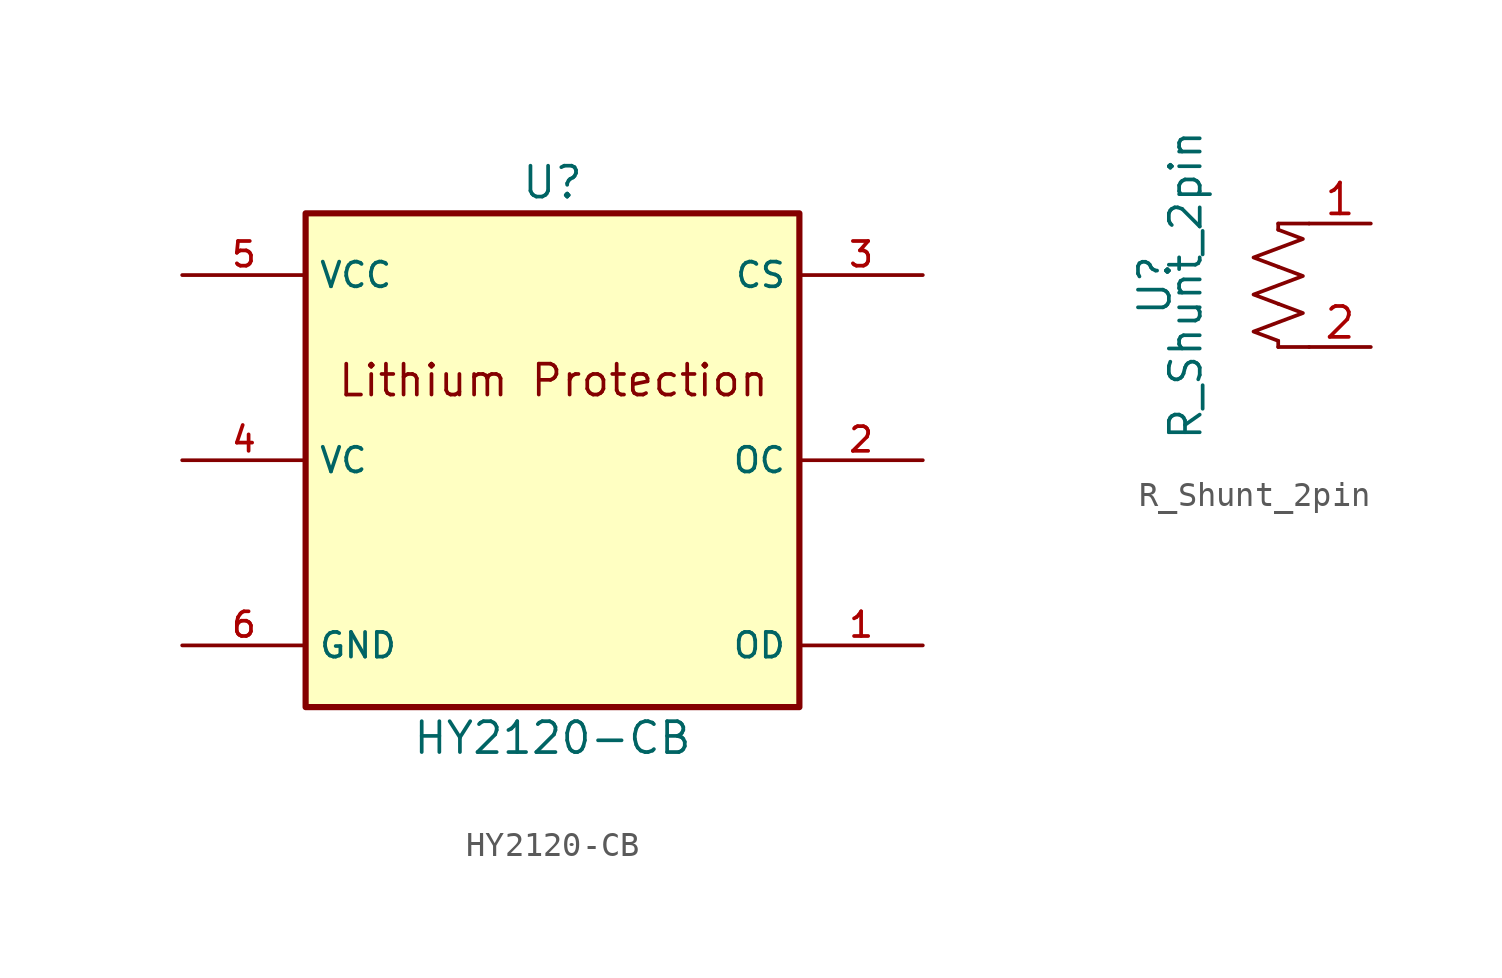
<source format=kicad_sym>
(kicad_symbol_lib
  (version 20211014)
  (generator kicad_symbol_editor)
  (symbol "HY2120-CB"
    (property "Reference" "U"
      (at 0 11.43 0)
      (effects (font (size 1.27 1.27))))
    (property "Value" "HY2120-CB"
      (at 0 -11.43 0)
      (effects (font (size 1.27 1.27))))
    (symbol "HY2120-CB_0_0"
      (rectangle (start -10.16 -10.16) (end 10.16 10.16) (stroke (width 0.254) (type default) (color 0 0 0 0)) (fill (type background)))
      (text "Lithium Protection" (at -8.89 2.54 0) (effects (font (size 1.27 1.27)) (justify left bottom)))
      (pin bidirectional line (at 15.24 -7.62 180) (length 5.08) (name "OD" (effects (font (size 1.016 1.016)))) (number "1" (effects (font (size 1.016 1.016)))))
      (pin bidirectional line (at 15.24 0 180) (length 5.08) (name "OC" (effects (font (size 1.016 1.016)))) (number "2" (effects (font (size 1.016 1.016)))))
      (pin bidirectional line (at 15.24 7.62 180) (length 5.08) (name "CS" (effects (font (size 1.016 1.016)))) (number "3" (effects (font (size 1.016 1.016)))))
      (pin bidirectional line (at -15.24 0 0) (length 5.08) (name "VC" (effects (font (size 1.016 1.016)))) (number "4" (effects (font (size 1.016 1.016)))))
      (pin power_in line (at -15.24 7.62 0) (length 5.08) (name "VCC" (effects (font (size 1.016 1.016)))) (number "5" (effects (font (size 1.016 1.016)))))
      (pin power_in line (at -15.24 -7.62 0) (length 5.08) (name "GND" (effects (font (size 1.016 1.016)))) (number "6" (effects (font (size 1.016 1.016)))))))
  (symbol "R_Shunt_2pin"
    (property "Reference" "U"
      (at -5.08 0 90)
      (effects (font (size 1.27 1.27))))
    (property "Value" "R_Shunt_2pin"
      (at -3.81 0 90)
      (effects (font (size 1.27 1.27))))
    (symbol "R_Shunt_2pin_1_0"
      (pin passive line (at 3.81 2.54 180) (length 2.54) (name "" (effects (font (size 1.27 1.27)))) (number "1" (effects (font (size 1.27 1.27))))))
    (symbol "R_Shunt_2pin_1_1"
      (polyline (pts (xy 0 -2.54) (xy 1.27 -2.54)) (stroke (width 0) (type default) (color 0 0 0 0)) (fill (type none)))
      (polyline (pts (xy 0 -2.286) (xy 0 -2.54)) (stroke (width 0) (type default) (color 0 0 0 0)) (fill (type none)))
      (polyline (pts (xy 0 2.286) (xy 0 2.54)) (stroke (width 0) (type default) (color 0 0 0 0)) (fill (type none)))
      (polyline (pts (xy 1.27 2.54) (xy 0 2.54)) (stroke (width 0) (type default) (color 0 0 0 0)) (fill (type none)))
      (polyline (pts (xy 0 -0.762) (xy 1.016 -1.143) (xy 0 -1.524) (xy -1.016 -1.905) (xy 0 -2.286)) (stroke (width 0) (type default) (color 0 0 0 0)) (fill (type none)))
      (polyline (pts (xy 0 0.762) (xy 1.016 0.381) (xy 0 0) (xy -1.016 -0.381) (xy 0 -0.762)) (stroke (width 0) (type default) (color 0 0 0 0)) (fill (type none)))
      (polyline (pts (xy 0 2.286) (xy 1.016 1.905) (xy 0 1.524) (xy -1.016 1.143) (xy 0 0.762)) (stroke (width 0) (type default) (color 0 0 0 0)) (fill (type none)))
      (pin passive line (at 3.81 -2.54 180) (length 2.54) (name "" (effects (font (size 1.27 1.27)))) (number "2" (effects (font (size 1.27 1.27))))))))
</source>
